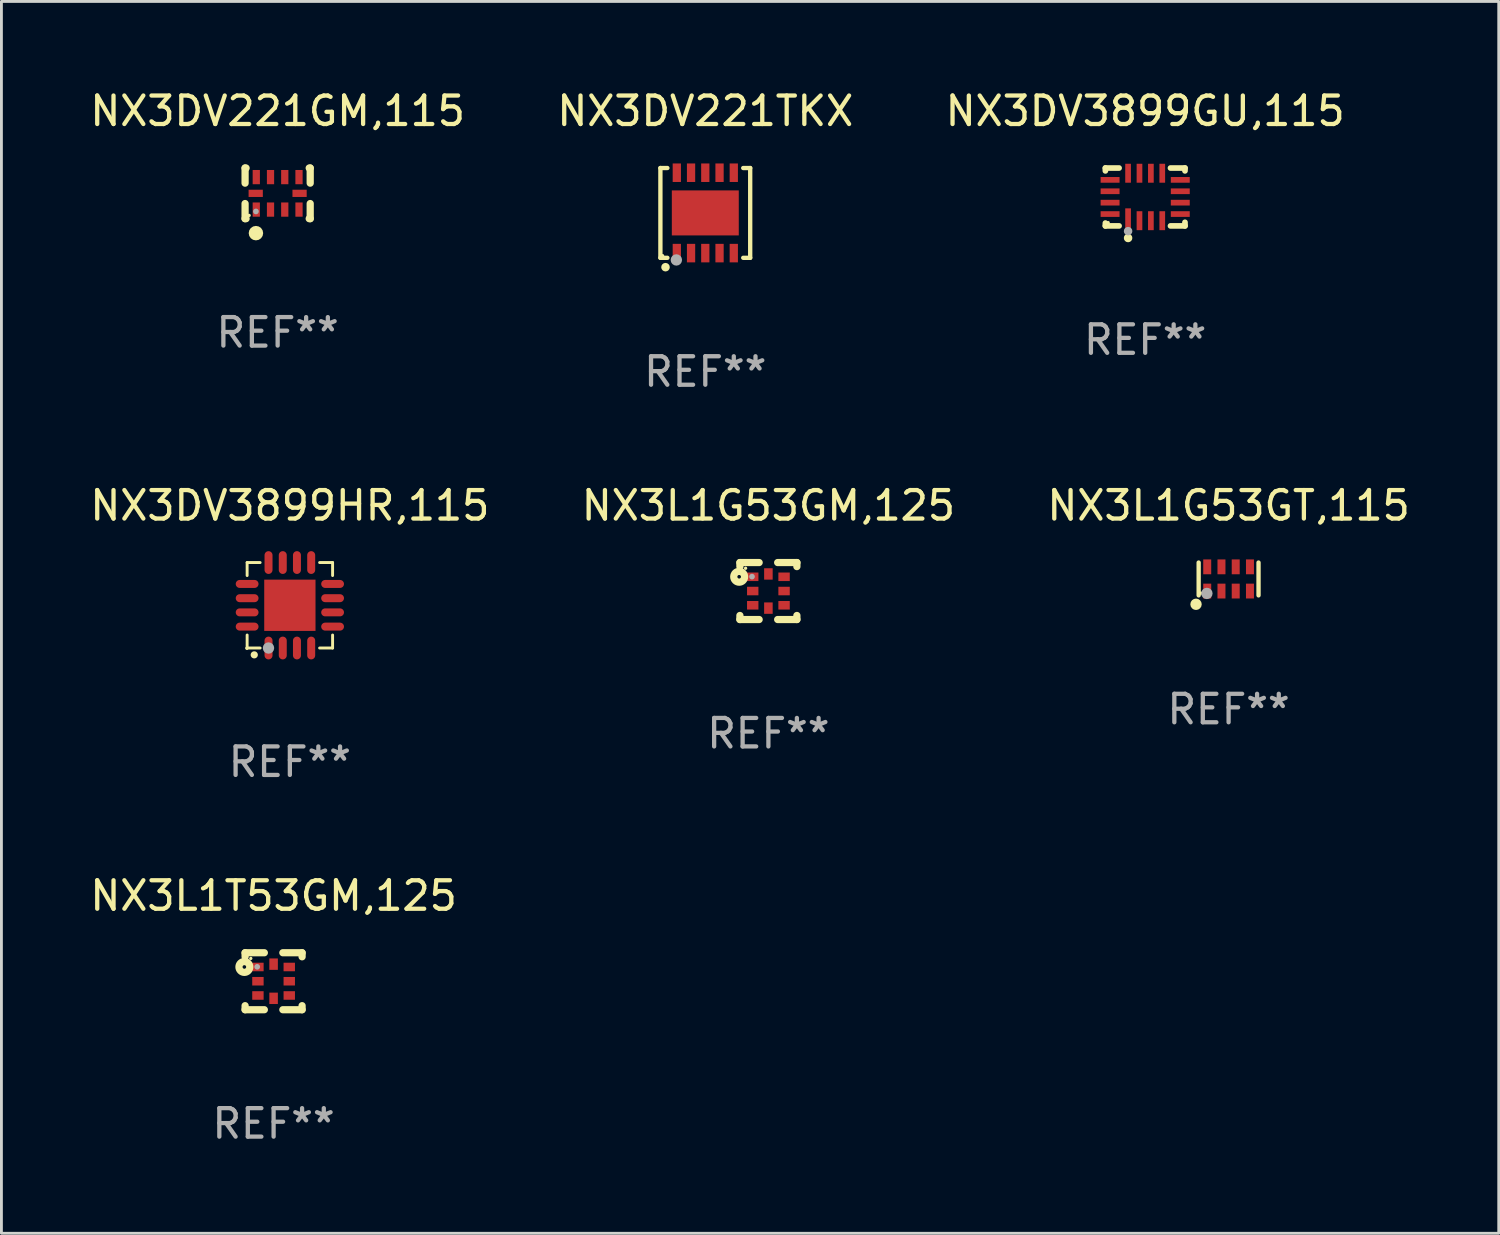
<source format=kicad_pcb>
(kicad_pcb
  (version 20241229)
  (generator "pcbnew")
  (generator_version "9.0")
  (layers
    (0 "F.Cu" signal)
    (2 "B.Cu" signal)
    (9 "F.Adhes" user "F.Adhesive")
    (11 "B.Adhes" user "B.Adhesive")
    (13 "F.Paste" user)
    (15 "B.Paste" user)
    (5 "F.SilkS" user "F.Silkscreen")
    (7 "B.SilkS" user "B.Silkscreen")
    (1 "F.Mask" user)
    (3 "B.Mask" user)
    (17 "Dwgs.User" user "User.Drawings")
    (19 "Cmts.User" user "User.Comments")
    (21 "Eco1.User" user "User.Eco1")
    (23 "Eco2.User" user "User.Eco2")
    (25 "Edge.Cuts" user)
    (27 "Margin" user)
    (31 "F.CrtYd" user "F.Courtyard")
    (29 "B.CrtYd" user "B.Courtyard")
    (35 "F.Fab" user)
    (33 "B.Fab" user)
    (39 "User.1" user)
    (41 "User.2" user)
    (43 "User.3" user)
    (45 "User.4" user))
  (footprint "NX3DV221TKX"
    (layer "F.Cu")
    (at 21.708 4.424)
    (property "Reference" "NX3DV221TKX" (at 0 -3.576 0) (layer "F.SilkS") (effects (font (size 1 1) (thickness 0.15))))
    (attr through_hole)
    (fp_line (start -1.576 -1.576) (end -1.331 -1.576) (stroke (width 0.152) (type solid)) (layer "F.SilkS"))
    (fp_line (start -1.576 1.576) (end -1.576 -1.576) (stroke (width 0.152) (type solid)) (layer "F.SilkS"))
    (fp_line (start -1.331 1.576) (end -1.576 1.576) (stroke (width 0.152) (type solid)) (layer "F.SilkS"))
    (fp_line (start 1.331 1.576) (end 1.576 1.576) (stroke (width 0.152) (type solid)) (layer "F.SilkS"))
    (fp_line (start 1.576 -1.576) (end 1.331 -1.576) (stroke (width 0.152) (type solid)) (layer "F.SilkS"))
    (fp_line (start 1.576 1.576) (end 1.576 -1.576) (stroke (width 0.152) (type solid)) (layer "F.SilkS"))
    (fp_circle (center -1.5 1.5) (end -1.47 1.5) (stroke (width 0.06) (type solid)) (fill no) (layer "F.SilkS"))
    (fp_circle (center -1.397 1.905) (end -1.322 1.905) (stroke (width 0.15) (type solid)) (fill no) (layer "F.SilkS"))
    (fp_circle (center -1.016 1.651) (end -0.916 1.651) (stroke (width 0.2) (type solid)) (fill no) (layer "F.Fab"))
    (fp_text user "REF**" (at 0 5.576 0) (layer "F.Fab") (effects (font (size 1 1) (thickness 0.15))))
    (pad "1" smd rect (at -1 1.411) (size 0.29 0.65) (layers "F.Cu" "F.Mask" "F.Paste"))
    (pad "2" smd rect (at -0.5 1.411) (size 0.29 0.65) (layers "F.Cu" "F.Mask" "F.Paste"))
    (pad "3" smd rect (at 0 1.411) (size 0.29 0.65) (layers "F.Cu" "F.Mask" "F.Paste"))
    (pad "4" smd rect (at 0.5 1.411) (size 0.29 0.65) (layers "F.Cu" "F.Mask" "F.Paste"))
    (pad "5" smd rect (at 1 1.411) (size 0.29 0.65) (layers "F.Cu" "F.Mask" "F.Paste"))
    (pad "6" smd rect (at 1 -1.411) (size 0.29 0.65) (layers "F.Cu" "F.Mask" "F.Paste"))
    (pad "7" smd rect (at 0.5 -1.411) (size 0.29 0.65) (layers "F.Cu" "F.Mask" "F.Paste"))
    (pad "8" smd rect (at 0 -1.411) (size 0.29 0.65) (layers "F.Cu" "F.Mask" "F.Paste"))
    (pad "9" smd rect (at -0.5 -1.411) (size 0.29 0.65) (layers "F.Cu" "F.Mask" "F.Paste"))
    (pad "10" smd rect (at -1 -1.411) (size 0.29 0.65) (layers "F.Cu" "F.Mask" "F.Paste"))
    (pad "11" smd rect (at 0 0) (size 2.35 1.58) (layers "F.Cu" "F.Mask" "F.Paste")))
  (footprint "NX3L1G53GT,115"
    (layer "F.Cu")
    (at 40.077 17.273)
    (property "Reference" "NX3L1G53GT,115" (at 0 -2.576 0) (layer "F.SilkS") (effects (font (size 1 1) (thickness 0.15))))
    (attr through_hole)
    (fp_line (start -1.051 0.576) (end -1.051 -0.576) (stroke (width 0.152) (type solid)) (layer "F.SilkS"))
    (fp_line (start 1.051 -0.576) (end 1.051 0.576) (stroke (width 0.152) (type solid)) (layer "F.SilkS"))
    (fp_circle (center -1.143 0.889) (end -1.043 0.889) (stroke (width 0.2) (type solid)) (fill no) (layer "F.SilkS"))
    (fp_circle (center -0.975 0.5) (end -0.945 0.5) (stroke (width 0.06) (type solid)) (fill no) (layer "F.SilkS"))
    (fp_circle (center -0.762 0.508) (end -0.662 0.508) (stroke (width 0.2) (type solid)) (fill no) (layer "F.Fab"))
    (fp_text user "REF**" (at 0 4.576 0) (layer "F.Fab") (effects (font (size 1 1) (thickness 0.15))))
    (pad "1" smd rect (at -0.75 0.425) (size 0.28 0.521) (layers "F.Cu" "F.Mask" "F.Paste"))
    (pad "2" smd rect (at -0.25 0.425) (size 0.28 0.521) (layers "F.Cu" "F.Mask" "F.Paste"))
    (pad "3" smd rect (at 0.25 0.425) (size 0.28 0.521) (layers "F.Cu" "F.Mask" "F.Paste"))
    (pad "4" smd rect (at 0.75 0.425) (size 0.28 0.521) (layers "F.Cu" "F.Mask" "F.Paste"))
    (pad "5" smd rect (at 0.75 -0.425) (size 0.28 0.521) (layers "F.Cu" "F.Mask" "F.Paste"))
    (pad "6" smd rect (at 0.25 -0.425) (size 0.28 0.521) (layers "F.Cu" "F.Mask" "F.Paste"))
    (pad "7" smd rect (at -0.25 -0.425) (size 0.28 0.521) (layers "F.Cu" "F.Mask" "F.Paste"))
    (pad "8" smd rect (at -0.75 -0.425) (size 0.28 0.521) (layers "F.Cu" "F.Mask" "F.Paste")))
  (footprint "NX3DV221GM,115"
    (layer "F.Cu")
    (at 6.696 3.737)
    (property "Reference" "NX3DV221GM,115" (at 0 -2.889 0) (layer "F.SilkS") (effects (font (size 1 1) (thickness 0.15))))
    (attr through_hole)
    (fp_line (start -1.143 -0.889) (end -1.143 -0.358) (stroke (width 0.254) (type solid)) (layer "F.SilkS"))
    (fp_line (start -1.143 0.358) (end -1.143 0.889) (stroke (width 0.254) (type solid)) (layer "F.SilkS"))
    (fp_line (start -1.143 0.889) (end -1.108 0.889) (stroke (width 0.254) (type solid)) (layer "F.SilkS"))
    (fp_line (start -1.108 -0.889) (end -1.143 -0.889) (stroke (width 0.254) (type solid)) (layer "F.SilkS"))
    (fp_line (start 1.108 0.889) (end 1.143 0.889) (stroke (width 0.254) (type solid)) (layer "F.SilkS"))
    (fp_line (start 1.143 -0.889) (end 1.108 -0.889) (stroke (width 0.254) (type solid)) (layer "F.SilkS"))
    (fp_line (start 1.143 -0.358) (end 1.143 -0.889) (stroke (width 0.254) (type solid)) (layer "F.SilkS"))
    (fp_line (start 1.143 0.889) (end 1.143 0.358) (stroke (width 0.254) (type solid)) (layer "F.SilkS"))
    (fp_circle (center -1 0.775) (end -0.97 0.775) (stroke (width 0.06) (type solid)) (fill no) (layer "F.SilkS"))
    (fp_circle (center -0.762 1.397) (end -0.635 1.397) (stroke (width 0.254) (type solid)) (fill no) (layer "F.SilkS"))
    (fp_circle (center -0.762 0.635) (end -0.712 0.635) (stroke (width 0.1) (type solid)) (fill no) (layer "F.Fab"))
    (fp_text user "REF**" (at 0 4.889 0) (layer "F.Fab") (effects (font (size 1 1) (thickness 0.15))))
    (pad "1" smd rect (at -0.75 0.57) (size 0.254 0.5) (layers "F.Cu" "F.Mask" "F.Paste"))
    (pad "2" smd rect (at -0.25 0.57) (size 0.254 0.5) (layers "F.Cu" "F.Mask" "F.Paste"))
    (pad "3" smd rect (at 0.25 0.57) (size 0.254 0.5) (layers "F.Cu" "F.Mask" "F.Paste"))
    (pad "4" smd rect (at 0.75 0.57) (size 0.254 0.5) (layers "F.Cu" "F.Mask" "F.Paste"))
    (pad "5" smd rect (at 0.77 0) (size 0.5 0.254) (layers "F.Cu" "F.Mask" "F.Paste"))
    (pad "6" smd rect (at 0.75 -0.57) (size 0.254 0.5) (layers "F.Cu" "F.Mask" "F.Paste"))
    (pad "7" smd rect (at 0.25 -0.57) (size 0.254 0.5) (layers "F.Cu" "F.Mask" "F.Paste"))
    (pad "8" smd rect (at -0.25 -0.57) (size 0.254 0.5) (layers "F.Cu" "F.Mask" "F.Paste"))
    (pad "9" smd rect (at -0.75 -0.57) (size 0.254 0.5) (layers "F.Cu" "F.Mask" "F.Paste"))
    (pad "10" smd rect (at -0.77 0) (size 0.5 0.254) (layers "F.Cu" "F.Mask" "F.Paste")))
  (footprint "NX3DV3899HR,115"
    (layer "F.Cu")
    (at 7.125 18.197)
    (property "Reference" "NX3DV3899HR,115" (at 0 -3.5 0) (layer "F.SilkS") (effects (font (size 1 1) (thickness 0.15))))
    (attr through_hole)
    (fp_line (start -1.5 -1.5) (end -1.5 -1.044) (stroke (width 0.102) (type solid)) (layer "F.SilkS"))
    (fp_line (start -1.5 -1.5) (end -1.044 -1.5) (stroke (width 0.102) (type solid)) (layer "F.SilkS"))
    (fp_line (start -1.5 1.044) (end -1.5 1.5) (stroke (width 0.102) (type solid)) (layer "F.SilkS"))
    (fp_line (start -1.5 1.5) (end -1.044 1.5) (stroke (width 0.102) (type solid)) (layer "F.SilkS"))
    (fp_line (start 1.044 -1.5) (end 1.5 -1.5) (stroke (width 0.102) (type solid)) (layer "F.SilkS"))
    (fp_line (start 1.044 1.5) (end 1.5 1.5) (stroke (width 0.102) (type solid)) (layer "F.SilkS"))
    (fp_line (start 1.5 -1.044) (end 1.5 -1.5) (stroke (width 0.102) (type solid)) (layer "F.SilkS"))
    (fp_line (start 1.5 1.5) (end 1.5 1.044) (stroke (width 0.102) (type solid)) (layer "F.SilkS"))
    (fp_arc (start -1.251283 1.740005) (mid -1.250013 1.739934) (end -1.248743 1.740005) (stroke (width 0.25) (type solid)) (layer "F.SilkS"))
    (fp_circle (center -1.509 1.51) (end -1.479 1.51) (stroke (width 0.06) (type solid)) (fill no) (layer "F.SilkS"))
    (fp_circle (center -0.75 1.5) (end -0.65 1.5) (stroke (width 0.2) (type solid)) (fill no) (layer "F.Fab"))
    (fp_text user "REF**" (at 0 5.5 0) (layer "F.Fab") (effects (font (size 1 1) (thickness 0.15))))
    (pad "1" smd oval (at -0.749 1.5) (size 0.28 0.8) (layers "F.Cu" "F.Mask" "F.Paste"))
    (pad "2" smd oval (at -0.249 1.5) (size 0.28 0.8) (layers "F.Cu" "F.Mask" "F.Paste"))
    (pad "3" smd oval (at 0.249 1.5) (size 0.28 0.8) (layers "F.Cu" "F.Mask" "F.Paste"))
    (pad "4" smd oval (at 0.749 1.5) (size 0.28 0.8) (layers "F.Cu" "F.Mask" "F.Paste"))
    (pad "5" smd oval (at 1.5 0.749) (size 0.8 0.28) (layers "F.Cu" "F.Mask" "F.Paste"))
    (pad "6" smd oval (at 1.5 0.249) (size 0.8 0.28) (layers "F.Cu" "F.Mask" "F.Paste"))
    (pad "7" smd oval (at 1.5 -0.249) (size 0.8 0.28) (layers "F.Cu" "F.Mask" "F.Paste"))
    (pad "8" smd oval (at 1.5 -0.749) (size 0.8 0.28) (layers "F.Cu" "F.Mask" "F.Paste"))
    (pad "9" smd oval (at 0.749 -1.5) (size 0.28 0.8) (layers "F.Cu" "F.Mask" "F.Paste"))
    (pad "10" smd oval (at 0.249 -1.5) (size 0.28 0.8) (layers "F.Cu" "F.Mask" "F.Paste"))
    (pad "11" smd oval (at -0.249 -1.5) (size 0.28 0.8) (layers "F.Cu" "F.Mask" "F.Paste"))
    (pad "12" smd oval (at -0.749 -1.5) (size 0.28 0.8) (layers "F.Cu" "F.Mask" "F.Paste"))
    (pad "13" smd oval (at -1.5 -0.749) (size 0.8 0.28) (layers "F.Cu" "F.Mask" "F.Paste"))
    (pad "14" smd oval (at -1.5 -0.249) (size 0.8 0.28) (layers "F.Cu" "F.Mask" "F.Paste"))
    (pad "15" smd oval (at -1.5 0.249) (size 0.8 0.28) (layers "F.Cu" "F.Mask" "F.Paste"))
    (pad "16" smd oval (at -1.5 0.749) (size 0.8 0.28) (layers "F.Cu" "F.Mask" "F.Paste"))
    (pad "17" smd rect (at 0.000152 -0.000076 90) (size 1.8 1.8) (layers "F.Cu" "F.Mask" "F.Paste")))
  (footprint "NX3L1T53GM,125"
    (layer "F.Cu")
    (at 6.554 31.394)
    (property "Reference" "NX3L1T53GM,125" (at 0 -3 0) (layer "F.SilkS") (effects (font (size 1 1) (thickness 0.15))))
    (attr through_hole)
    (fp_line (start -1 -1) (end -0.325 -1) (stroke (width 0.254) (type solid)) (layer "F.SilkS"))
    (fp_line (start -1 -0.858) (end -1 -1) (stroke (width 0.254) (type solid)) (layer "F.SilkS"))
    (fp_line (start -1 1) (end -1 0.858) (stroke (width 0.254) (type solid)) (layer "F.SilkS"))
    (fp_line (start -0.325 1) (end -1 1) (stroke (width 0.254) (type solid)) (layer "F.SilkS"))
    (fp_line (start 0.325 -1) (end 1 -1) (stroke (width 0.254) (type solid)) (layer "F.SilkS"))
    (fp_line (start 1 -1) (end 1 -0.858) (stroke (width 0.254) (type solid)) (layer "F.SilkS"))
    (fp_line (start 1 0.858) (end 1 1) (stroke (width 0.254) (type solid)) (layer "F.SilkS"))
    (fp_line (start 1 1) (end 0.325 1) (stroke (width 0.254) (type solid)) (layer "F.SilkS"))
    (fp_circle (center -1.026 -0.501) (end -0.963 -0.501) (stroke (width 0.254) (type solid)) (fill no) (layer "F.SilkS"))
    (fp_circle (center -0.8 -0.8) (end -0.77 -0.8) (stroke (width 0.06) (type solid)) (fill no) (layer "F.SilkS"))
    (fp_circle (center -0.576 -0.506) (end -0.526 -0.506) (stroke (width 0.1) (type solid)) (fill no) (layer "F.Fab"))
    (fp_text user "REF**" (at 0 5 0) (layer "F.Fab") (effects (font (size 1 1) (thickness 0.15))))
    (pad "1" smd rect (at -0.55 -0.5 180) (size 0.4 0.3) (layers "F.Cu" "F.Mask" "F.Paste"))
    (pad "2" smd rect (at -0.55 0 180) (size 0.4 0.3) (layers "F.Cu" "F.Mask" "F.Paste"))
    (pad "3" smd rect (at -0.55 0.5 180) (size 0.4 0.3) (layers "F.Cu" "F.Mask" "F.Paste"))
    (pad "4" smd rect (at 0.000025 0.6 270) (size 0.4 0.3) (layers "F.Cu" "F.Mask" "F.Paste"))
    (pad "5" smd rect (at 0.55 0.5 180) (size 0.4 0.3) (layers "F.Cu" "F.Mask" "F.Paste"))
    (pad "6" smd rect (at 0.55 0 180) (size 0.4 0.3) (layers "F.Cu" "F.Mask" "F.Paste"))
    (pad "7" smd rect (at 0.55 -0.5 180) (size 0.4 0.3) (layers "F.Cu" "F.Mask" "F.Paste"))
    (pad "8" smd rect (at 0.000025 -0.6 270) (size 0.4 0.3) (layers "F.Cu" "F.Mask" "F.Paste")))
  (footprint "NX3DV3899GU,115"
    (layer "F.Cu")
    (at 37.149 3.864)
    (property "Reference" "NX3DV3899GU,115" (at 0 -3.016 0) (layer "F.SilkS") (effects (font (size 1 1) (thickness 0.15))))
    (attr through_hole)
    (fp_line (start -1.397 -1.016) (end -1.397 -0.916) (stroke (width 0.2) (type solid)) (layer "F.SilkS"))
    (fp_line (start -1.397 0.916) (end -1.397 1.016) (stroke (width 0.2) (type solid)) (layer "F.SilkS"))
    (fp_line (start -1.397 1.016) (end -0.916 1.016) (stroke (width 0.2) (type solid)) (layer "F.SilkS"))
    (fp_line (start -0.916 -1.016) (end -1.397 -1.016) (stroke (width 0.2) (type solid)) (layer "F.SilkS"))
    (fp_line (start 0.889 -1.016) (end 1.397 -1.016) (stroke (width 0.2) (type solid)) (layer "F.SilkS"))
    (fp_line (start 1.397 -1.016) (end 1.397 -0.916) (stroke (width 0.2) (type solid)) (layer "F.SilkS"))
    (fp_line (start 1.397 0.889) (end 1.397 1.016) (stroke (width 0.2) (type solid)) (layer "F.SilkS"))
    (fp_line (start 1.397 1.016) (end 0.889 1.016) (stroke (width 0.2) (type solid)) (layer "F.SilkS"))
    (fp_circle (center -1.3 0.9) (end -1.27 0.9) (stroke (width 0.06) (type solid)) (fill no) (layer "F.SilkS"))
    (fp_circle (center -0.6 1.44) (end -0.525 1.44) (stroke (width 0.15) (type solid)) (fill no) (layer "F.SilkS"))
    (fp_circle (center -0.6 1.2) (end -0.525 1.2) (stroke (width 0.15) (type solid)) (fill no) (layer "F.Fab"))
    (fp_text user "REF**" (at 0 5.016 0) (layer "F.Fab") (effects (font (size 1 1) (thickness 0.15))))
    (pad "1" smd rect (at -0.6 0.782) (size 0.2 0.765) (layers "F.Cu" "F.Mask" "F.Paste"))
    (pad "2" smd rect (at -0.2 0.833) (size 0.2 0.665) (layers "F.Cu" "F.Mask" "F.Paste"))
    (pad "3" smd rect (at 0.2 0.833) (size 0.2 0.665) (layers "F.Cu" "F.Mask" "F.Paste"))
    (pad "4" smd rect (at 0.6 0.833) (size 0.2 0.665) (layers "F.Cu" "F.Mask" "F.Paste"))
    (pad "5" smd rect (at 1.232 0.6) (size 0.665 0.2) (layers "F.Cu" "F.Mask" "F.Paste"))
    (pad "6" smd rect (at 1.232 0.2) (size 0.665 0.2) (layers "F.Cu" "F.Mask" "F.Paste"))
    (pad "7" smd rect (at 1.232 -0.2) (size 0.665 0.2) (layers "F.Cu" "F.Mask" "F.Paste"))
    (pad "8" smd rect (at 1.232 -0.6) (size 0.665 0.2) (layers "F.Cu" "F.Mask" "F.Paste"))
    (pad "9" smd rect (at 0.6 -0.833) (size 0.2 0.665) (layers "F.Cu" "F.Mask" "F.Paste"))
    (pad "10" smd rect (at 0.2 -0.833) (size 0.2 0.665) (layers "F.Cu" "F.Mask" "F.Paste"))
    (pad "11" smd rect (at -0.2 -0.833) (size 0.2 0.665) (layers "F.Cu" "F.Mask" "F.Paste"))
    (pad "12" smd rect (at -0.6 -0.833) (size 0.2 0.665) (layers "F.Cu" "F.Mask" "F.Paste"))
    (pad "13" smd rect (at -1.232 -0.6) (size 0.665 0.2) (layers "F.Cu" "F.Mask" "F.Paste"))
    (pad "14" smd rect (at -1.232 -0.2) (size 0.665 0.2) (layers "F.Cu" "F.Mask" "F.Paste"))
    (pad "15" smd rect (at -1.232 0.2) (size 0.665 0.2) (layers "F.Cu" "F.Mask" "F.Paste"))
    (pad "16" smd rect (at -1.232 0.6) (size 0.665 0.2) (layers "F.Cu" "F.Mask" "F.Paste")))
  (footprint "NX3L1G53GM,125"
    (layer "F.Cu")
    (at 23.923 17.697)
    (property "Reference" "NX3L1G53GM,125" (at 0 -3 0) (layer "F.SilkS") (effects (font (size 1 1) (thickness 0.15))))
    (attr through_hole)
    (fp_line (start -1 -1) (end -0.325 -1) (stroke (width 0.254) (type solid)) (layer "F.SilkS"))
    (fp_line (start -1 -0.858) (end -1 -1) (stroke (width 0.254) (type solid)) (layer "F.SilkS"))
    (fp_line (start -1 1) (end -1 0.858) (stroke (width 0.254) (type solid)) (layer "F.SilkS"))
    (fp_line (start -0.325 1) (end -1 1) (stroke (width 0.254) (type solid)) (layer "F.SilkS"))
    (fp_line (start 0.325 -1) (end 1 -1) (stroke (width 0.254) (type solid)) (layer "F.SilkS"))
    (fp_line (start 1 -1) (end 1 -0.858) (stroke (width 0.254) (type solid)) (layer "F.SilkS"))
    (fp_line (start 1 0.858) (end 1 1) (stroke (width 0.254) (type solid)) (layer "F.SilkS"))
    (fp_line (start 1 1) (end 0.325 1) (stroke (width 0.254) (type solid)) (layer "F.SilkS"))
    (fp_circle (center -1.026 -0.501) (end -0.963 -0.501) (stroke (width 0.254) (type solid)) (fill no) (layer "F.SilkS"))
    (fp_circle (center -0.8 -0.8) (end -0.77 -0.8) (stroke (width 0.06) (type solid)) (fill no) (layer "F.SilkS"))
    (fp_circle (center -0.576 -0.506) (end -0.526 -0.506) (stroke (width 0.1) (type solid)) (fill no) (layer "F.Fab"))
    (fp_text user "REF**" (at 0 5 0) (layer "F.Fab") (effects (font (size 1 1) (thickness 0.15))))
    (pad "1" smd rect (at -0.55 -0.5 180) (size 0.4 0.3) (layers "F.Cu" "F.Mask" "F.Paste"))
    (pad "2" smd rect (at -0.55 0 180) (size 0.4 0.3) (layers "F.Cu" "F.Mask" "F.Paste"))
    (pad "3" smd rect (at -0.55 0.5 180) (size 0.4 0.3) (layers "F.Cu" "F.Mask" "F.Paste"))
    (pad "4" smd rect (at 0.000025 0.6 270) (size 0.4 0.3) (layers "F.Cu" "F.Mask" "F.Paste"))
    (pad "5" smd rect (at 0.55 0.5 180) (size 0.4 0.3) (layers "F.Cu" "F.Mask" "F.Paste"))
    (pad "6" smd rect (at 0.55 0 180) (size 0.4 0.3) (layers "F.Cu" "F.Mask" "F.Paste"))
    (pad "7" smd rect (at 0.55 -0.5 180) (size 0.4 0.3) (layers "F.Cu" "F.Mask" "F.Paste"))
    (pad "8" smd rect (at 0.000025 -0.6 270) (size 0.4 0.3) (layers "F.Cu" "F.Mask" "F.Paste")))
  (gr_rect
    (start -3 -3)
    (end 49.56 40.242)
    (stroke (width 0.1) (type default))
    (fill no)
    (layer "Edge.Cuts")))
</source>
